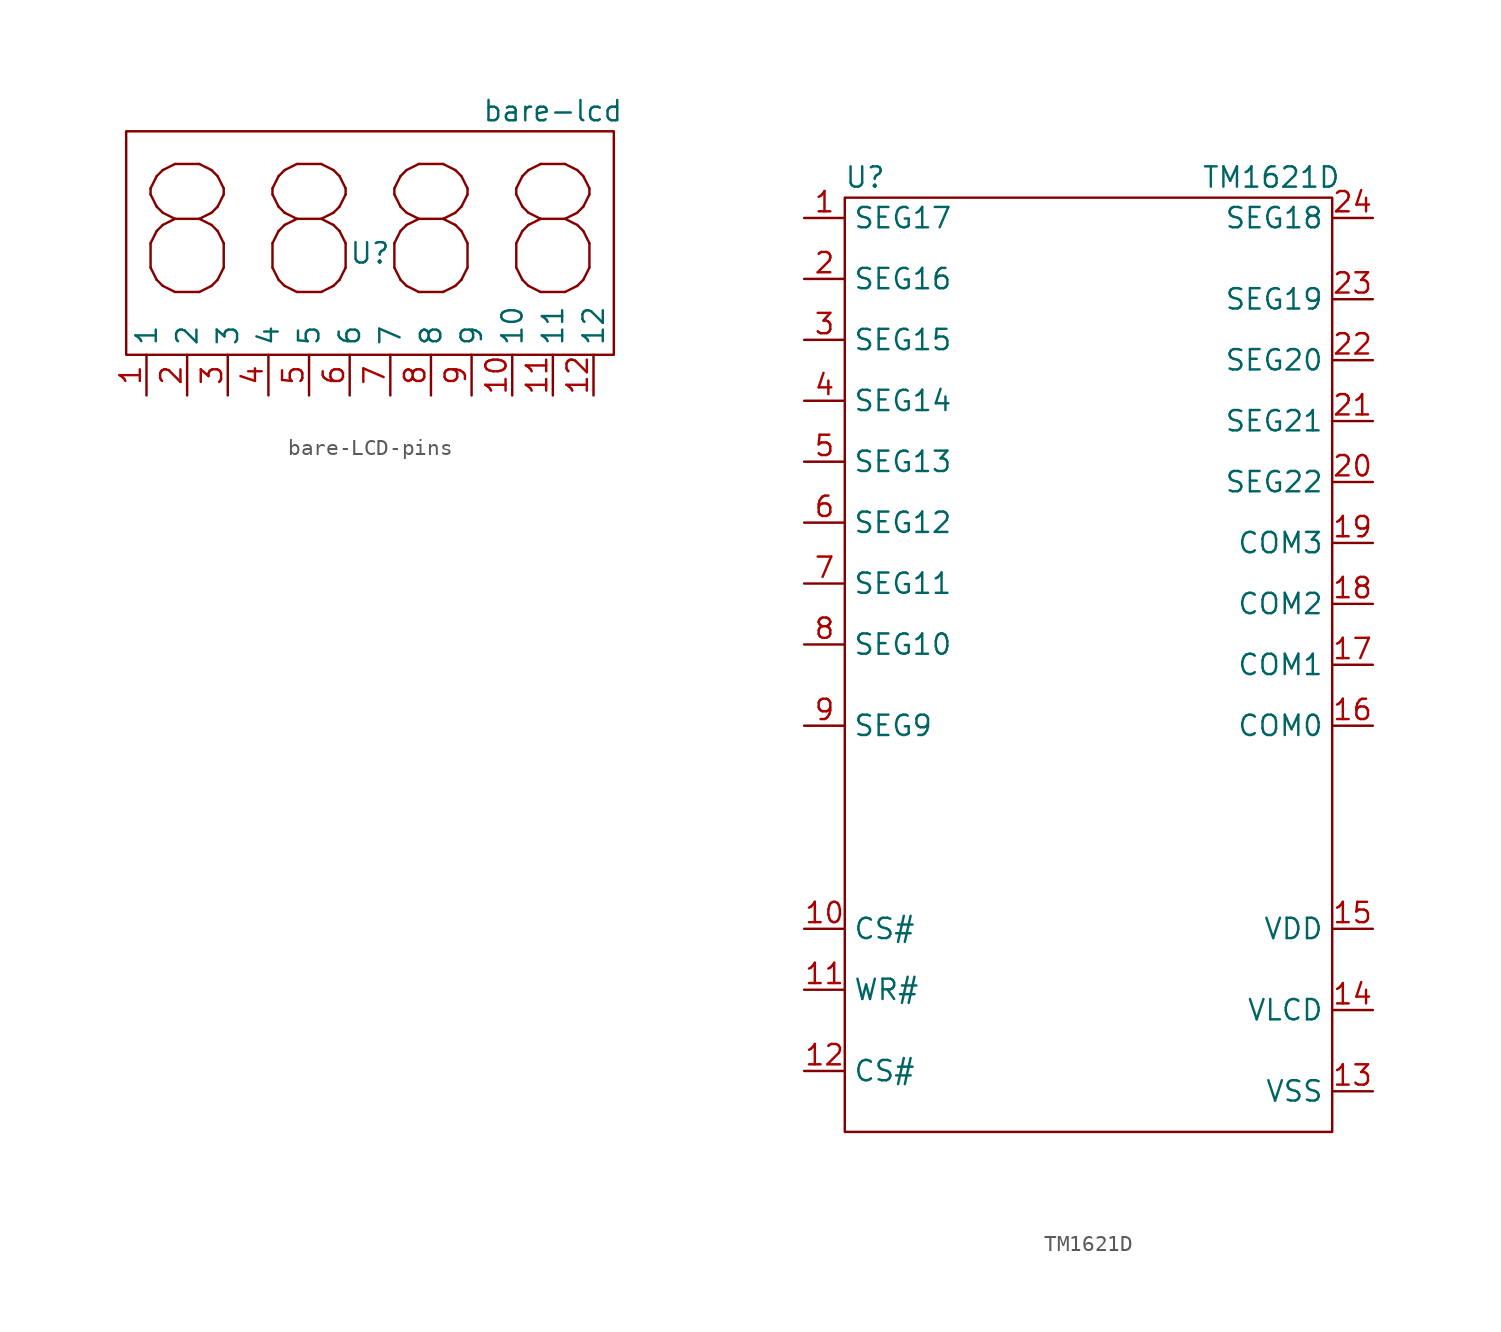
<source format=kicad_sym>
(kicad_symbol_lib
  (version 20220914)
  (generator kicad_symbol_editor)
  (symbol "bare-LCD-pins"
    (property "Reference" "U"
      (at 0 0 0)
      (effects (font (size 1.27 1.27))))
    (property "Value" "bare-lcd"
      (at 11.43 8.89 0)
      (effects (font (size 1.27 1.27))))
    (symbol "bare-LCD-pins_0_1"
      (rectangle (start -15.24 7.62) (end 15.24 -6.35) (stroke (width 0) (type default)) (fill (type none))))
    (symbol "bare-LCD-pins_1_1"
      (text "8888" (at 0 1.27 0) (effects (font (face "KiCad Font") (size 8 8))))
      (pin input line (at -13.97 -8.89 90) (length 2.54) (name "1" (effects (font (size 1.27 1.27)))) (number "1" (effects (font (size 1.27 1.27)))))
      (pin input line (at 8.89 -8.89 90) (length 2.54) (name "10" (effects (font (size 1.27 1.27)))) (number "10" (effects (font (size 1.27 1.27)))))
      (pin input line (at 11.43 -8.89 90) (length 2.54) (name "11" (effects (font (size 1.27 1.27)))) (number "11" (effects (font (size 1.27 1.27)))))
      (pin input line (at 13.97 -8.89 90) (length 2.54) (name "12" (effects (font (size 1.27 1.27)))) (number "12" (effects (font (size 1.27 1.27)))))
      (pin input line (at -11.43 -8.89 90) (length 2.54) (name "2" (effects (font (size 1.27 1.27)))) (number "2" (effects (font (size 1.27 1.27)))))
      (pin input line (at -8.89 -8.89 90) (length 2.54) (name "3" (effects (font (size 1.27 1.27)))) (number "3" (effects (font (size 1.27 1.27)))))
      (pin input line (at -6.35 -8.89 90) (length 2.54) (name "4" (effects (font (size 1.27 1.27)))) (number "4" (effects (font (size 1.27 1.27)))))
      (pin input line (at -3.81 -8.89 90) (length 2.54) (name "5" (effects (font (size 1.27 1.27)))) (number "5" (effects (font (size 1.27 1.27)))))
      (pin input line (at -1.27 -8.89 90) (length 2.54) (name "6" (effects (font (size 1.27 1.27)))) (number "6" (effects (font (size 1.27 1.27)))))
      (pin input line (at 1.27 -8.89 90) (length 2.54) (name "7" (effects (font (size 1.27 1.27)))) (number "7" (effects (font (size 1.27 1.27)))))
      (pin input line (at 3.81 -8.89 90) (length 2.54) (name "8" (effects (font (size 1.27 1.27)))) (number "8" (effects (font (size 1.27 1.27)))))
      (pin input line (at 6.35 -8.89 90) (length 2.54) (name "9" (effects (font (size 1.27 1.27)))) (number "9" (effects (font (size 1.27 1.27)))))))
  (symbol "TM1621D"
    (property "Reference" "U"
      (at 0 0 0)
      (effects (font (size 1.27 1.27))))
    (property "Value" "TM1621D"
      (at 25.4 0 0)
      (effects (font (size 1.27 1.27))))
    (symbol "TM1621D_0_1"
      (rectangle (start -1.27 -1.27) (end 29.21 -59.69) (stroke (width 0) (type default)) (fill (type none))))
    (symbol "TM1621D_1_1"
      (pin output line (at -3.81 -2.54 0) (length 2.54) (name "SEG17" (effects (font (size 1.27 1.27)))) (number "1" (effects (font (size 1.27 1.27)))))
      (pin input line (at -3.81 -46.99 0) (length 2.54) (name "CS#" (effects (font (size 1.27 1.27)))) (number "10" (effects (font (size 1.27 1.27)))))
      (pin input line (at -3.81 -50.8 0) (length 2.54) (name "WR#" (effects (font (size 1.27 1.27)))) (number "11" (effects (font (size 1.27 1.27)))))
      (pin input line (at -3.81 -55.88 0) (length 2.54) (name "CS#" (effects (font (size 1.27 1.27)))) (number "12" (effects (font (size 1.27 1.27)))))
      (pin free line (at 31.75 -57.15 180) (length 2.54) (name "VSS" (effects (font (size 1.27 1.27)))) (number "13" (effects (font (size 1.27 1.27)))))
      (pin power_in line (at 31.75 -52.07 180) (length 2.54) (name "VLCD" (effects (font (size 1.27 1.27)))) (number "14" (effects (font (size 1.27 1.27)))))
      (pin free line (at 31.75 -46.99 180) (length 2.54) (name "VDD" (effects (font (size 1.27 1.27)))) (number "15" (effects (font (size 1.27 1.27)))))
      (pin output line (at 31.75 -34.29 180) (length 2.54) (name "COM0" (effects (font (size 1.27 1.27)))) (number "16" (effects (font (size 1.27 1.27)))))
      (pin output line (at 31.75 -30.48 180) (length 2.54) (name "COM1" (effects (font (size 1.27 1.27)))) (number "17" (effects (font (size 1.27 1.27)))))
      (pin output line (at 31.75 -26.67 180) (length 2.54) (name "COM2" (effects (font (size 1.27 1.27)))) (number "18" (effects (font (size 1.27 1.27)))))
      (pin output line (at 31.75 -22.86 180) (length 2.54) (name "COM3" (effects (font (size 1.27 1.27)))) (number "19" (effects (font (size 1.27 1.27)))))
      (pin output line (at -3.81 -6.35 0) (length 2.54) (name "SEG16" (effects (font (size 1.27 1.27)))) (number "2" (effects (font (size 1.27 1.27)))))
      (pin output line (at 31.75 -19.05 180) (length 2.54) (name "SEG22" (effects (font (size 1.27 1.27)))) (number "20" (effects (font (size 1.27 1.27)))))
      (pin output line (at 31.75 -15.24 180) (length 2.54) (name "SEG21" (effects (font (size 1.27 1.27)))) (number "21" (effects (font (size 1.27 1.27)))))
      (pin output line (at 31.75 -11.43 180) (length 2.54) (name "SEG20" (effects (font (size 1.27 1.27)))) (number "22" (effects (font (size 1.27 1.27)))))
      (pin output line (at 31.75 -7.62 180) (length 2.54) (name "SEG19" (effects (font (size 1.27 1.27)))) (number "23" (effects (font (size 1.27 1.27)))))
      (pin output line (at 31.75 -2.54 180) (length 2.54) (name "SEG18" (effects (font (size 1.27 1.27)))) (number "24" (effects (font (size 1.27 1.27)))))
      (pin output line (at -3.81 -10.16 0) (length 2.54) (name "SEG15" (effects (font (size 1.27 1.27)))) (number "3" (effects (font (size 1.27 1.27)))))
      (pin output line (at -3.81 -13.97 0) (length 2.54) (name "SEG14" (effects (font (size 1.27 1.27)))) (number "4" (effects (font (size 1.27 1.27)))))
      (pin output line (at -3.81 -17.78 0) (length 2.54) (name "SEG13" (effects (font (size 1.27 1.27)))) (number "5" (effects (font (size 1.27 1.27)))))
      (pin output line (at -3.81 -21.59 0) (length 2.54) (name "SEG12" (effects (font (size 1.27 1.27)))) (number "6" (effects (font (size 1.27 1.27)))))
      (pin output line (at -3.81 -25.4 0) (length 2.54) (name "SEG11" (effects (font (size 1.27 1.27)))) (number "7" (effects (font (size 1.27 1.27)))))
      (pin output line (at -3.81 -29.21 0) (length 2.54) (name "SEG10" (effects (font (size 1.27 1.27)))) (number "8" (effects (font (size 1.27 1.27)))))
      (pin output line (at -3.81 -34.29 0) (length 2.54) (name "SEG9" (effects (font (size 1.27 1.27)))) (number "9" (effects (font (size 1.27 1.27))))))))
</source>
